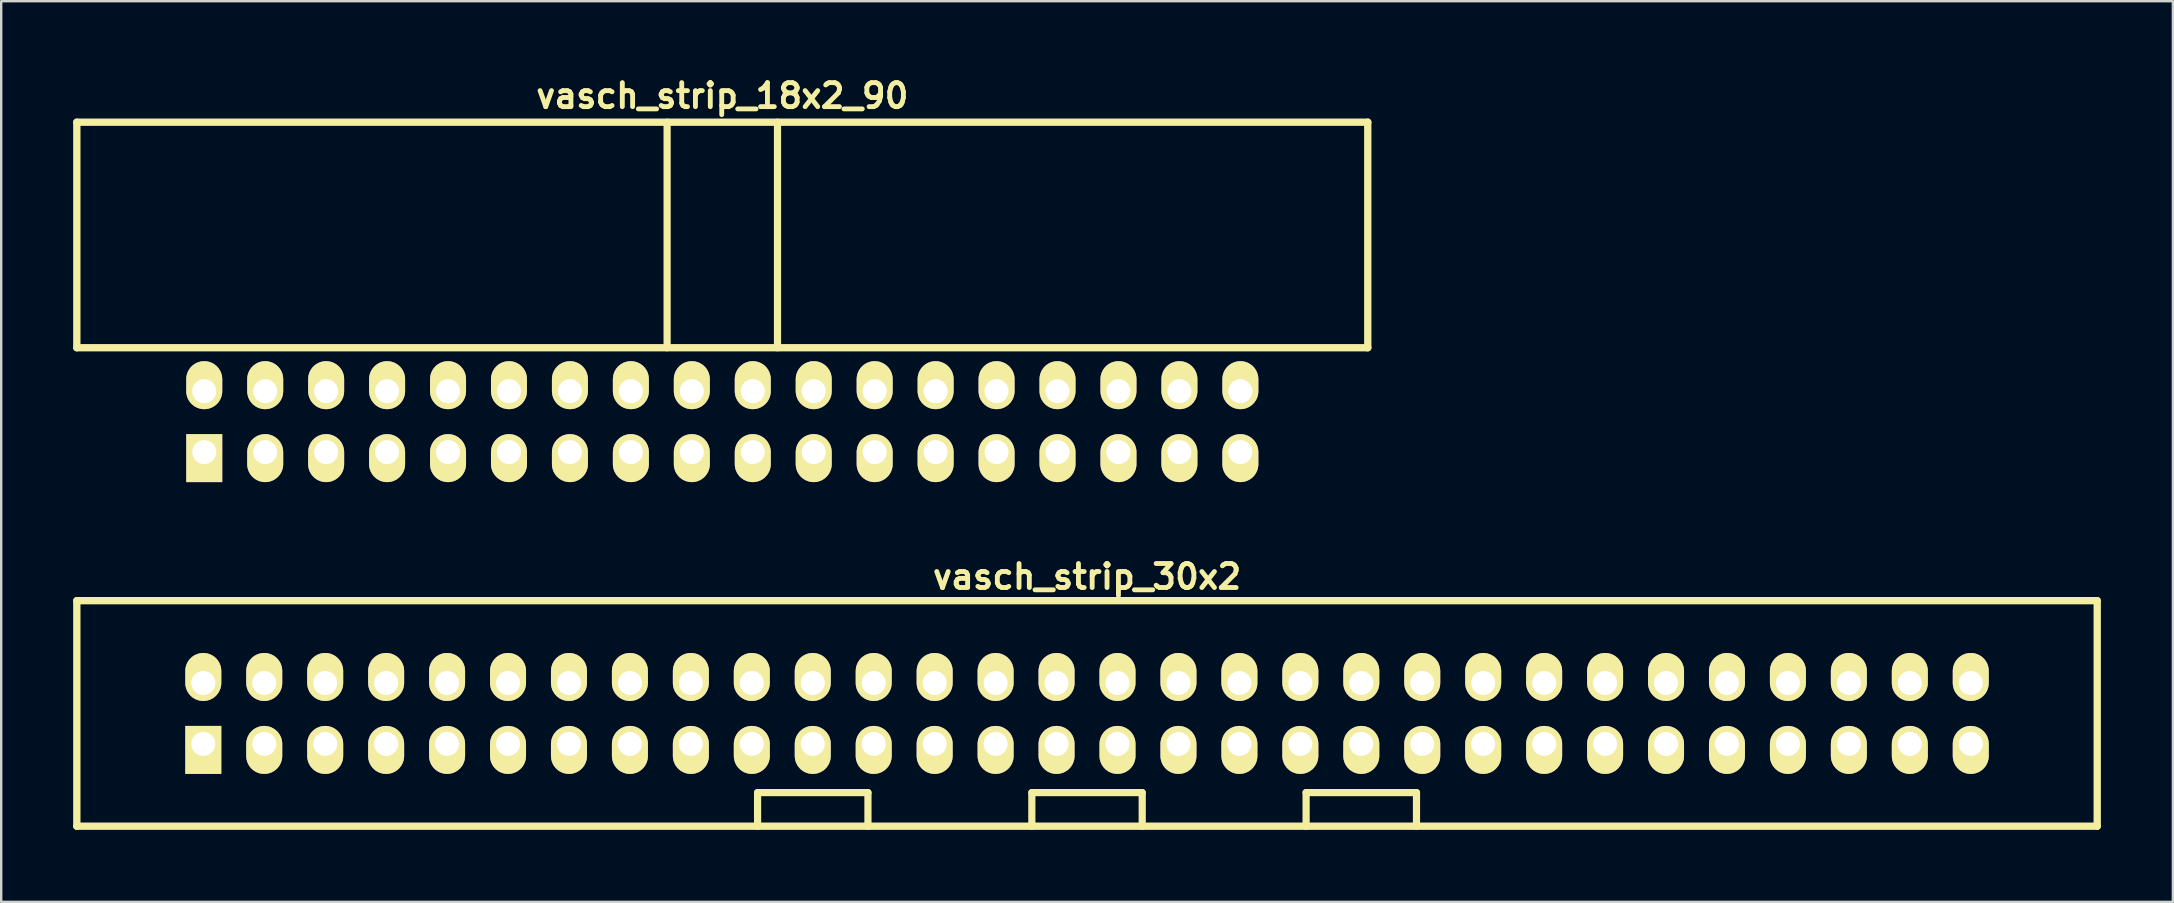
<source format=kicad_pcb>
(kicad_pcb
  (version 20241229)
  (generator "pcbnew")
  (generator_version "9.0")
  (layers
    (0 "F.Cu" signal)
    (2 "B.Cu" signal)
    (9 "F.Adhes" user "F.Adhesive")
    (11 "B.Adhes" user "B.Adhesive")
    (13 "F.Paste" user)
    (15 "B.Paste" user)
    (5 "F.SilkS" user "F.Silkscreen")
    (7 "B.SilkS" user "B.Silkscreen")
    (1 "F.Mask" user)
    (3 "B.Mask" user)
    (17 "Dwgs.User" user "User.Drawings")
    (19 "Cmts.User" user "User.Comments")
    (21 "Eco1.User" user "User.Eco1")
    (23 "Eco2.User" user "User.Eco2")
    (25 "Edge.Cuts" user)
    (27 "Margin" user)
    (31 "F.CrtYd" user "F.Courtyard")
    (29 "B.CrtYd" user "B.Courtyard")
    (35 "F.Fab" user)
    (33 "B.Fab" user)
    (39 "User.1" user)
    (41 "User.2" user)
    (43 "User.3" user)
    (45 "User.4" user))
  (footprint "vasch_strip_18x2_90"
    (layer "F.Cu")
    (at 27.052 9.442)
    (property "Reference" "vasch_strip_18x2_90" (at 0 -8.5 0) (layer "F.SilkS") (effects (font (size 1 1) (thickness 0.203))))
    (attr through_hole)
    (fp_line (start -26.9 -7.4) (end -26.9 2) (stroke (width 0.305) (type solid)) (layer "F.SilkS"))
    (fp_line (start -26.9 2) (end 26.9 2) (stroke (width 0.305) (type solid)) (layer "F.SilkS"))
    (fp_line (start -2.3 -7.4) (end -2.3 2) (stroke (width 0.3) (type solid)) (layer "F.SilkS"))
    (fp_line (start 2.3 -7.4) (end 2.3 2) (stroke (width 0.3) (type solid)) (layer "F.SilkS"))
    (fp_line (start 26.9 -7.4) (end -26.9 -7.4) (stroke (width 0.305) (type solid)) (layer "F.SilkS"))
    (fp_line (start 26.9 -7.4) (end 26.9 2) (stroke (width 0.305) (type solid)) (layer "F.SilkS"))
    (pad "1" thru_hole rect (at -21.59 6.35) (size 1.5 2) (drill 1 (offset 0 0.25)) (layers "*.Cu" "*.Mask" "F.SilkS"))
    (pad "2" thru_hole oval (at -21.59 3.81) (size 1.5 2) (drill 1 (offset 0 -0.25)) (layers "*.Cu" "*.Mask" "F.SilkS"))
    (pad "3" thru_hole oval (at -19.05 6.35) (size 1.5 2) (drill 1 (offset 0 0.25)) (layers "*.Cu" "*.Mask" "F.SilkS"))
    (pad "4" thru_hole oval (at -19.05 3.81) (size 1.5 2) (drill 1 (offset 0 -0.25)) (layers "*.Cu" "*.Mask" "F.SilkS"))
    (pad "5" thru_hole oval (at -16.51 6.35) (size 1.5 2) (drill 1 (offset 0 0.25)) (layers "*.Cu" "*.Mask" "F.SilkS"))
    (pad "6" thru_hole oval (at -16.51 3.81) (size 1.5 2) (drill 1 (offset 0 -0.25)) (layers "*.Cu" "*.Mask" "F.SilkS"))
    (pad "7" thru_hole oval (at -13.97 6.35) (size 1.5 2) (drill 1 (offset 0 0.25)) (layers "*.Cu" "*.Mask" "F.SilkS"))
    (pad "8" thru_hole oval (at -13.97 3.81) (size 1.5 2) (drill 1 (offset 0 -0.25)) (layers "*.Cu" "*.Mask" "F.SilkS"))
    (pad "9" thru_hole oval (at -11.43 6.35) (size 1.5 2) (drill 1 (offset 0 0.25)) (layers "*.Cu" "*.Mask" "F.SilkS"))
    (pad "10" thru_hole oval (at -11.43 3.81) (size 1.5 2) (drill 1 (offset 0 -0.25)) (layers "*.Cu" "*.Mask" "F.SilkS"))
    (pad "11" thru_hole oval (at -8.89 6.35) (size 1.5 2) (drill 1 (offset 0 0.25)) (layers "*.Cu" "*.Mask" "F.SilkS"))
    (pad "12" thru_hole oval (at -8.89 3.81) (size 1.5 2) (drill 1 (offset 0 -0.25)) (layers "*.Cu" "*.Mask" "F.SilkS"))
    (pad "13" thru_hole oval (at -6.35 6.35) (size 1.5 2) (drill 1 (offset 0 0.25)) (layers "*.Cu" "*.Mask" "F.SilkS"))
    (pad "14" thru_hole oval (at -6.35 3.81) (size 1.5 2) (drill 1 (offset 0 -0.25)) (layers "*.Cu" "*.Mask" "F.SilkS"))
    (pad "15" thru_hole oval (at -3.81 6.35) (size 1.5 2) (drill 1 (offset 0 0.25)) (layers "*.Cu" "*.Mask" "F.SilkS"))
    (pad "16" thru_hole oval (at -3.81 3.81) (size 1.5 2) (drill 1 (offset 0 -0.25)) (layers "*.Cu" "*.Mask" "F.SilkS"))
    (pad "17" thru_hole oval (at -1.27 6.35) (size 1.5 2) (drill 1 (offset 0 0.25)) (layers "*.Cu" "*.Mask" "F.SilkS"))
    (pad "18" thru_hole oval (at -1.27 3.81) (size 1.5 2) (drill 1 (offset 0 -0.25)) (layers "*.Cu" "*.Mask" "F.SilkS"))
    (pad "19" thru_hole oval (at 1.27 6.35) (size 1.5 2) (drill 1 (offset 0 0.25)) (layers "*.Cu" "*.Mask" "F.SilkS"))
    (pad "20" thru_hole oval (at 1.27 3.81) (size 1.5 2) (drill 1 (offset 0 -0.25)) (layers "*.Cu" "*.Mask" "F.SilkS"))
    (pad "21" thru_hole oval (at 3.81 6.35) (size 1.5 2) (drill 1 (offset 0 0.25)) (layers "*.Cu" "*.Mask" "F.SilkS"))
    (pad "22" thru_hole oval (at 3.81 3.81) (size 1.5 2) (drill 1 (offset 0 -0.25)) (layers "*.Cu" "*.Mask" "F.SilkS"))
    (pad "23" thru_hole oval (at 6.35 6.35) (size 1.5 2) (drill 1 (offset 0 0.25)) (layers "*.Cu" "*.Mask" "F.SilkS"))
    (pad "24" thru_hole oval (at 6.35 3.81) (size 1.5 2) (drill 1 (offset 0 -0.25)) (layers "*.Cu" "*.Mask" "F.SilkS"))
    (pad "25" thru_hole oval (at 8.89 6.35) (size 1.5 2) (drill 1 (offset 0 0.25)) (layers "*.Cu" "*.Mask" "F.SilkS"))
    (pad "26" thru_hole oval (at 8.89 3.81) (size 1.5 2) (drill 1 (offset 0 -0.25)) (layers "*.Cu" "*.Mask" "F.SilkS"))
    (pad "27" thru_hole oval (at 11.43 6.35) (size 1.5 2) (drill 1 (offset 0 0.25)) (layers "*.Cu" "*.Mask" "F.SilkS"))
    (pad "28" thru_hole oval (at 11.43 3.81) (size 1.5 2) (drill 1 (offset 0 -0.25)) (layers "*.Cu" "*.Mask" "F.SilkS"))
    (pad "29" thru_hole oval (at 13.97 6.35) (size 1.5 2) (drill 1 (offset 0 0.25)) (layers "*.Cu" "*.Mask" "F.SilkS"))
    (pad "30" thru_hole oval (at 13.97 3.81) (size 1.5 2) (drill 1 (offset 0 -0.25)) (layers "*.Cu" "*.Mask" "F.SilkS"))
    (pad "31" thru_hole oval (at 16.51 6.35) (size 1.5 2) (drill 1 (offset 0 0.25)) (layers "*.Cu" "*.Mask" "F.SilkS"))
    (pad "32" thru_hole oval (at 16.51 3.81) (size 1.5 2) (drill 1 (offset 0 -0.25)) (layers "*.Cu" "*.Mask" "F.SilkS"))
    (pad "33" thru_hole oval (at 19.05 6.35) (size 1.5 2) (drill 1 (offset 0 0.25)) (layers "*.Cu" "*.Mask" "F.SilkS"))
    (pad "34" thru_hole oval (at 19.05 3.81) (size 1.5 2) (drill 1 (offset 0 -0.25)) (layers "*.Cu" "*.Mask" "F.SilkS"))
    (pad "35" thru_hole oval (at 21.59 6.35) (size 1.5 2) (drill 1 (offset 0 0.25)) (layers "*.Cu" "*.Mask" "F.SilkS"))
    (pad "36" thru_hole oval (at 21.59 3.81) (size 1.5 2) (drill 1 (offset 0 -0.25)) (layers "*.Cu" "*.Mask" "F.SilkS")))
  (footprint "vasch_strip_30x2"
    (layer "F.Cu")
    (at 42.252 26.683)
    (property "Reference" "vasch_strip_30x2" (at 0 -5.7 0) (layer "F.SilkS") (effects (font (size 1 1) (thickness 0.203))))
    (attr through_hole)
    (fp_line (start -42.1 -4.7) (end -42.1 4.7) (stroke (width 0.305) (type solid)) (layer "F.SilkS"))
    (fp_line (start -42.1 4.7) (end 42.1 4.7) (stroke (width 0.305) (type solid)) (layer "F.SilkS"))
    (fp_line (start -13.73 3.3) (end -13.73 4.7) (stroke (width 0.3) (type solid)) (layer "F.SilkS"))
    (fp_line (start -9.13 3.3) (end -13.73 3.3) (stroke (width 0.3) (type solid)) (layer "F.SilkS"))
    (fp_line (start -9.13 4.7) (end -9.13 3.3) (stroke (width 0.3) (type solid)) (layer "F.SilkS"))
    (fp_line (start -2.3 3.3) (end -2.3 4.7) (stroke (width 0.3) (type solid)) (layer "F.SilkS"))
    (fp_line (start 2.3 3.3) (end -2.3 3.3) (stroke (width 0.3) (type solid)) (layer "F.SilkS"))
    (fp_line (start 2.3 4.7) (end 2.3 3.3) (stroke (width 0.3) (type solid)) (layer "F.SilkS"))
    (fp_line (start 9.13 3.3) (end 9.13 4.7) (stroke (width 0.3) (type solid)) (layer "F.SilkS"))
    (fp_line (start 13.73 3.3) (end 9.13 3.3) (stroke (width 0.3) (type solid)) (layer "F.SilkS"))
    (fp_line (start 13.73 4.7) (end 13.73 3.3) (stroke (width 0.3) (type solid)) (layer "F.SilkS"))
    (fp_line (start 42.1 -4.7) (end -42.1 -4.7) (stroke (width 0.305) (type solid)) (layer "F.SilkS"))
    (fp_line (start 42.1 -4.7) (end 42.1 4.7) (stroke (width 0.305) (type solid)) (layer "F.SilkS"))
    (pad "1" thru_hole rect (at -36.83 1.27) (size 1.5 2) (drill 1 (offset 0 0.25)) (layers "*.Cu" "*.Mask" "F.SilkS"))
    (pad "2" thru_hole oval (at -36.83 -1.27) (size 1.5 2) (drill 1 (offset 0 -0.25)) (layers "*.Cu" "*.Mask" "F.SilkS"))
    (pad "3" thru_hole oval (at -34.29 1.27) (size 1.5 2) (drill 1 (offset 0 0.25)) (layers "*.Cu" "*.Mask" "F.SilkS"))
    (pad "4" thru_hole oval (at -34.29 -1.27) (size 1.5 2) (drill 1 (offset 0 -0.25)) (layers "*.Cu" "*.Mask" "F.SilkS"))
    (pad "5" thru_hole oval (at -31.75 1.27) (size 1.5 2) (drill 1 (offset 0 0.25)) (layers "*.Cu" "*.Mask" "F.SilkS"))
    (pad "6" thru_hole oval (at -31.75 -1.27) (size 1.5 2) (drill 1 (offset 0 -0.25)) (layers "*.Cu" "*.Mask" "F.SilkS"))
    (pad "7" thru_hole oval (at -29.21 1.27) (size 1.5 2) (drill 1 (offset 0 0.25)) (layers "*.Cu" "*.Mask" "F.SilkS"))
    (pad "8" thru_hole oval (at -29.21 -1.27) (size 1.5 2) (drill 1 (offset 0 -0.25)) (layers "*.Cu" "*.Mask" "F.SilkS"))
    (pad "9" thru_hole oval (at -26.67 1.27) (size 1.5 2) (drill 1 (offset 0 0.25)) (layers "*.Cu" "*.Mask" "F.SilkS"))
    (pad "10" thru_hole oval (at -26.67 -1.27) (size 1.5 2) (drill 1 (offset 0 -0.25)) (layers "*.Cu" "*.Mask" "F.SilkS"))
    (pad "11" thru_hole oval (at -24.13 1.27) (size 1.5 2) (drill 1 (offset 0 0.25)) (layers "*.Cu" "*.Mask" "F.SilkS"))
    (pad "12" thru_hole oval (at -24.13 -1.27) (size 1.5 2) (drill 1 (offset 0 -0.25)) (layers "*.Cu" "*.Mask" "F.SilkS"))
    (pad "13" thru_hole oval (at -21.59 1.27) (size 1.5 2) (drill 1 (offset 0 0.25)) (layers "*.Cu" "*.Mask" "F.SilkS"))
    (pad "14" thru_hole oval (at -21.59 -1.27) (size 1.5 2) (drill 1 (offset 0 -0.25)) (layers "*.Cu" "*.Mask" "F.SilkS"))
    (pad "15" thru_hole oval (at -19.05 1.27) (size 1.5 2) (drill 1 (offset 0 0.25)) (layers "*.Cu" "*.Mask" "F.SilkS"))
    (pad "16" thru_hole oval (at -19.05 -1.27) (size 1.5 2) (drill 1 (offset 0 -0.25)) (layers "*.Cu" "*.Mask" "F.SilkS"))
    (pad "17" thru_hole oval (at -16.51 1.27) (size 1.5 2) (drill 1 (offset 0 0.25)) (layers "*.Cu" "*.Mask" "F.SilkS"))
    (pad "18" thru_hole oval (at -16.51 -1.27) (size 1.5 2) (drill 1 (offset 0 -0.25)) (layers "*.Cu" "*.Mask" "F.SilkS"))
    (pad "19" thru_hole oval (at -13.97 1.27) (size 1.5 2) (drill 1 (offset 0 0.25)) (layers "*.Cu" "*.Mask" "F.SilkS"))
    (pad "20" thru_hole oval (at -13.97 -1.27) (size 1.5 2) (drill 1 (offset 0 -0.25)) (layers "*.Cu" "*.Mask" "F.SilkS"))
    (pad "21" thru_hole oval (at -11.43 1.27) (size 1.5 2) (drill 1 (offset 0 0.25)) (layers "*.Cu" "*.Mask" "F.SilkS"))
    (pad "22" thru_hole oval (at -11.43 -1.27) (size 1.5 2) (drill 1 (offset 0 -0.25)) (layers "*.Cu" "*.Mask" "F.SilkS"))
    (pad "23" thru_hole oval (at -8.89 1.27) (size 1.5 2) (drill 1 (offset 0 0.25)) (layers "*.Cu" "*.Mask" "F.SilkS"))
    (pad "24" thru_hole oval (at -8.89 -1.27) (size 1.5 2) (drill 1 (offset 0 -0.25)) (layers "*.Cu" "*.Mask" "F.SilkS"))
    (pad "25" thru_hole oval (at -6.35 1.27) (size 1.5 2) (drill 1 (offset 0 0.25)) (layers "*.Cu" "*.Mask" "F.SilkS"))
    (pad "26" thru_hole oval (at -6.35 -1.27) (size 1.5 2) (drill 1 (offset 0 -0.25)) (layers "*.Cu" "*.Mask" "F.SilkS"))
    (pad "27" thru_hole oval (at -3.81 1.27) (size 1.5 2) (drill 1 (offset 0 0.25)) (layers "*.Cu" "*.Mask" "F.SilkS"))
    (pad "28" thru_hole oval (at -3.81 -1.27) (size 1.5 2) (drill 1 (offset 0 -0.25)) (layers "*.Cu" "*.Mask" "F.SilkS"))
    (pad "29" thru_hole oval (at -1.27 1.27) (size 1.5 2) (drill 1 (offset 0 0.25)) (layers "*.Cu" "*.Mask" "F.SilkS"))
    (pad "30" thru_hole oval (at -1.27 -1.27) (size 1.5 2) (drill 1 (offset 0 -0.25)) (layers "*.Cu" "*.Mask" "F.SilkS"))
    (pad "31" thru_hole oval (at 1.27 1.27) (size 1.5 2) (drill 1 (offset 0 0.25)) (layers "*.Cu" "*.Mask" "F.SilkS"))
    (pad "32" thru_hole oval (at 1.27 -1.27) (size 1.5 2) (drill 1 (offset 0 -0.25)) (layers "*.Cu" "*.Mask" "F.SilkS"))
    (pad "33" thru_hole oval (at 3.81 1.27) (size 1.5 2) (drill 1 (offset 0 0.25)) (layers "*.Cu" "*.Mask" "F.SilkS"))
    (pad "34" thru_hole oval (at 3.81 -1.27) (size 1.5 2) (drill 1 (offset 0 -0.25)) (layers "*.Cu" "*.Mask" "F.SilkS"))
    (pad "35" thru_hole oval (at 6.35 1.27) (size 1.5 2) (drill 1 (offset 0 0.25)) (layers "*.Cu" "*.Mask" "F.SilkS"))
    (pad "36" thru_hole oval (at 6.35 -1.27) (size 1.5 2) (drill 1 (offset 0 -0.25)) (layers "*.Cu" "*.Mask" "F.SilkS"))
    (pad "37" thru_hole oval (at 8.89 1.27) (size 1.5 2) (drill 1 (offset 0 0.25)) (layers "*.Cu" "*.Mask" "F.SilkS"))
    (pad "38" thru_hole oval (at 8.89 -1.27) (size 1.5 2) (drill 1 (offset 0 -0.25)) (layers "*.Cu" "*.Mask" "F.SilkS"))
    (pad "39" thru_hole oval (at 11.43 1.27) (size 1.5 2) (drill 1 (offset 0 0.25)) (layers "*.Cu" "*.Mask" "F.SilkS"))
    (pad "40" thru_hole oval (at 11.43 -1.27) (size 1.5 2) (drill 1 (offset 0 -0.25)) (layers "*.Cu" "*.Mask" "F.SilkS"))
    (pad "41" thru_hole oval (at 13.97 1.27) (size 1.5 2) (drill 1 (offset 0 0.25)) (layers "*.Cu" "*.Mask" "F.SilkS"))
    (pad "42" thru_hole oval (at 13.97 -1.27) (size 1.5 2) (drill 1 (offset 0 -0.25)) (layers "*.Cu" "*.Mask" "F.SilkS"))
    (pad "43" thru_hole oval (at 16.51 1.27) (size 1.5 2) (drill 1 (offset 0 0.25)) (layers "*.Cu" "*.Mask" "F.SilkS"))
    (pad "44" thru_hole oval (at 16.51 -1.27) (size 1.5 2) (drill 1 (offset 0 -0.25)) (layers "*.Cu" "*.Mask" "F.SilkS"))
    (pad "45" thru_hole oval (at 19.05 1.27) (size 1.5 2) (drill 1 (offset 0 0.25)) (layers "*.Cu" "*.Mask" "F.SilkS"))
    (pad "46" thru_hole oval (at 19.05 -1.27) (size 1.5 2) (drill 1 (offset 0 -0.25)) (layers "*.Cu" "*.Mask" "F.SilkS"))
    (pad "47" thru_hole oval (at 21.59 1.27) (size 1.5 2) (drill 1 (offset 0 0.25)) (layers "*.Cu" "*.Mask" "F.SilkS"))
    (pad "48" thru_hole oval (at 21.59 -1.27) (size 1.5 2) (drill 1 (offset 0 -0.25)) (layers "*.Cu" "*.Mask" "F.SilkS"))
    (pad "49" thru_hole oval (at 24.13 1.27) (size 1.5 2) (drill 1 (offset 0 0.25)) (layers "*.Cu" "*.Mask" "F.SilkS"))
    (pad "50" thru_hole oval (at 24.13 -1.27) (size 1.5 2) (drill 1 (offset 0 -0.25)) (layers "*.Cu" "*.Mask" "F.SilkS"))
    (pad "51" thru_hole oval (at 26.67 1.27) (size 1.5 2) (drill 1 (offset 0 0.25)) (layers "*.Cu" "*.Mask" "F.SilkS"))
    (pad "52" thru_hole oval (at 26.67 -1.27) (size 1.5 2) (drill 1 (offset 0 -0.25)) (layers "*.Cu" "*.Mask" "F.SilkS"))
    (pad "53" thru_hole oval (at 29.21 1.27) (size 1.5 2) (drill 1 (offset 0 0.25)) (layers "*.Cu" "*.Mask" "F.SilkS"))
    (pad "54" thru_hole oval (at 29.21 -1.27) (size 1.5 2) (drill 1 (offset 0 -0.25)) (layers "*.Cu" "*.Mask" "F.SilkS"))
    (pad "55" thru_hole oval (at 31.75 1.27) (size 1.5 2) (drill 1 (offset 0 0.25)) (layers "*.Cu" "*.Mask" "F.SilkS"))
    (pad "56" thru_hole oval (at 31.75 -1.27) (size 1.5 2) (drill 1 (offset 0 -0.25)) (layers "*.Cu" "*.Mask" "F.SilkS"))
    (pad "57" thru_hole oval (at 34.29 1.27) (size 1.5 2) (drill 1 (offset 0 0.25)) (layers "*.Cu" "*.Mask" "F.SilkS"))
    (pad "58" thru_hole oval (at 34.29 -1.27) (size 1.5 2) (drill 1 (offset 0 -0.25)) (layers "*.Cu" "*.Mask" "F.SilkS"))
    (pad "59" thru_hole oval (at 36.83 1.27) (size 1.5 2) (drill 1 (offset 0 0.25)) (layers "*.Cu" "*.Mask" "F.SilkS"))
    (pad "60" thru_hole oval (at 36.83 -1.27) (size 1.5 2) (drill 1 (offset 0 -0.25)) (layers "*.Cu" "*.Mask" "F.SilkS")))
  (gr_rect
    (start -3 -3)
    (end 87.505 34.536)
    (stroke (width 0.1) (type default))
    (fill no)
    (layer "Edge.Cuts")))
</source>
